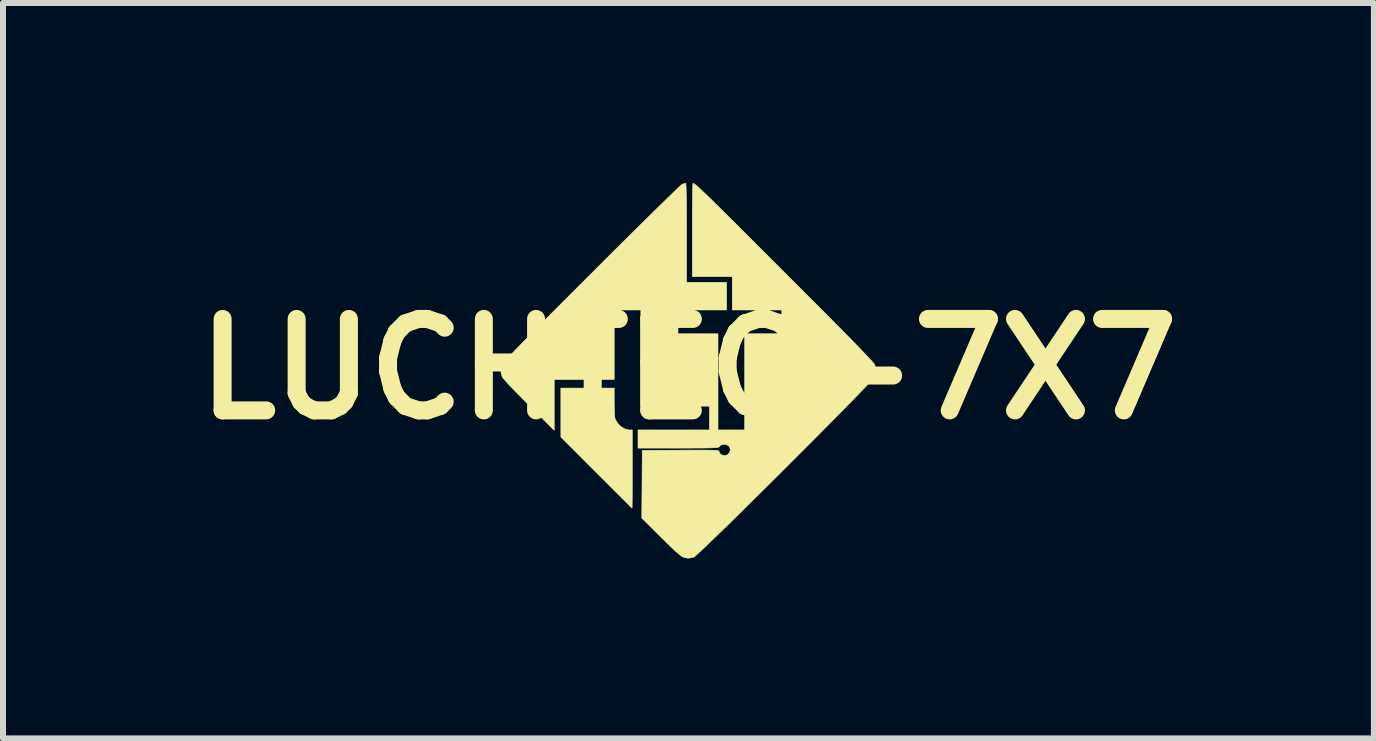
<source format=kicad_pcb>
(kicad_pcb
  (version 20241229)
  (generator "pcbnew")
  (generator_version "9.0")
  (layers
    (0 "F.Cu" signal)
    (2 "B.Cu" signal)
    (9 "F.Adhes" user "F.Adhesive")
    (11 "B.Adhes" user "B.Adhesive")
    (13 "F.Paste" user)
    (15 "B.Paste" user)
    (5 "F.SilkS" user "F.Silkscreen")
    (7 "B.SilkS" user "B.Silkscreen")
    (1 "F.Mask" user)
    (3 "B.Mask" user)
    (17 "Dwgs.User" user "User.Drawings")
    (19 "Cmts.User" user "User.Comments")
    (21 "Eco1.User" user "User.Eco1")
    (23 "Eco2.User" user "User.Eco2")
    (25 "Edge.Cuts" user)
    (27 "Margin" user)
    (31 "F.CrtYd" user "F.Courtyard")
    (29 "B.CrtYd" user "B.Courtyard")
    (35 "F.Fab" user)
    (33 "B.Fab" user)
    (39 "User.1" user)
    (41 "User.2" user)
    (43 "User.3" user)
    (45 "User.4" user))
  (footprint "LUCHTEC-7X7"
    (layer "F.Cu")
    (at 8.426 3.101)
    (property "Reference" "LUCHTEC-7X7" (at 0 0 0) (layer "F.SilkS") (effects (font (size 1.524 1.524) (thickness 0.3))))
    (attr through_hole)
    (fp_poly (pts (xy -1.238 0.555) (xy -1.237 0.642) (xy -1.234 0.721) (xy -1.23 0.785) (xy -1.224 0.827) (xy -1.221 0.836) (xy -1.183 0.903) (xy -1.126 0.96) (xy -1.059 0.999) (xy -0.991 1.016) (xy -0.985 1.016) (xy -0.937 1.016) (xy -0.937 1.667) (xy -0.937 1.807) (xy -0.937 1.937) (xy -0.937 2.053) (xy -0.938 2.152) (xy -0.939 2.231) (xy -0.939 2.286) (xy -0.94 2.315) (xy -0.941 2.318) (xy -0.952 2.307) (xy -0.984 2.275) (xy -1.034 2.226) (xy -1.101 2.16) (xy -1.181 2.08) (xy -1.274 1.988) (xy -1.376 1.885) (xy -1.487 1.775) (xy -1.536 1.726) (xy -2.127 1.134) (xy -2.127 0.726) (xy -2.127 0.318) (xy -1.238 0.318) (xy -1.238 0.555)) (stroke (width 0.01) (type solid)) (fill yes) (layer "F.SilkS"))
    (fp_poly (pts (xy -0.043 -3.08) (xy -0.04 -3.035) (xy -0.038 -2.961) (xy -0.036 -2.861) (xy -0.034 -2.737) (xy -0.033 -2.59) (xy -0.032 -2.423) (xy -0.032 -2.27) (xy -0.032 -1.445) (xy 0.635 -1.445) (xy 0.635 -0.984) (xy -0.175 -0.984) (xy -0.175 -0.587) (xy 0.492 -0.587) (xy 0.492 1.016) (xy 0.937 1.016) (xy 0.937 -0.587) (xy 1.556 -0.587) (xy 1.556 -0.984) (xy 0.73 -0.984) (xy 0.73 -1.54) (xy 0.064 -1.54) (xy 0.064 -2.318) (xy 0.064 -2.472) (xy 0.064 -2.615) (xy 0.066 -2.746) (xy 0.067 -2.86) (xy 0.069 -2.955) (xy 0.071 -3.028) (xy 0.073 -3.076) (xy 0.076 -3.095) (xy 0.076 -3.096) (xy 0.084 -3.094) (xy 0.095 -3.087) (xy 0.112 -3.075) (xy 0.134 -3.057) (xy 0.164 -3.03) (xy 0.203 -2.995) (xy 0.25 -2.95) (xy 0.309 -2.894) (xy 0.379 -2.826) (xy 0.462 -2.744) (xy 0.559 -2.649) (xy 0.671 -2.538) (xy 0.799 -2.411) (xy 0.944 -2.266) (xy 1.108 -2.102) (xy 1.291 -1.919) (xy 1.495 -1.716) (xy 1.634 -1.576) (xy 1.876 -1.334) (xy 2.096 -1.114) (xy 2.293 -0.916) (xy 2.468 -0.739) (xy 2.622 -0.583) (xy 2.754 -0.449) (xy 2.864 -0.335) (xy 2.953 -0.242) (xy 3.022 -0.169) (xy 3.069 -0.117) (xy 3.097 -0.084) (xy 3.103 -0.074) (xy 3.125 0.002) (xy 3.119 0.075) (xy 3.097 0.135) (xy 3.081 0.156) (xy 3.045 0.197) (xy 2.989 0.257) (xy 2.915 0.335) (xy 2.826 0.427) (xy 2.722 0.534) (xy 2.606 0.653) (xy 2.478 0.783) (xy 2.341 0.921) (xy 2.196 1.068) (xy 2.045 1.22) (xy 1.889 1.376) (xy 1.73 1.535) (xy 1.57 1.695) (xy 1.41 1.854) (xy 1.252 2.011) (xy 1.097 2.164) (xy 0.948 2.312) (xy 0.805 2.453) (xy 0.67 2.585) (xy 0.545 2.707) (xy 0.432 2.816) (xy 0.332 2.913) (xy 0.247 2.994) (xy 0.178 3.058) (xy 0.127 3.104) (xy 0.096 3.13) (xy 0.087 3.136) (xy 0.045 3.145) (xy 0.016 3.151) (xy -0.016 3.153) (xy -0.024 3.151) (xy -0.05 3.144) (xy -0.086 3.136) (xy -0.112 3.123) (xy -0.153 3.091) (xy -0.213 3.039) (xy -0.29 2.967) (xy -0.388 2.872) (xy -0.456 2.805) (xy -0.778 2.485) (xy -0.77 1.357) (xy -0.131 1.353) (xy 0.031 1.352) (xy 0.163 1.352) (xy 0.269 1.352) (xy 0.352 1.353) (xy 0.414 1.355) (xy 0.458 1.357) (xy 0.486 1.36) (xy 0.502 1.365) (xy 0.508 1.37) (xy 0.508 1.372) (xy 0.522 1.408) (xy 0.558 1.434) (xy 0.603 1.445) (xy 0.65 1.431) (xy 0.682 1.398) (xy 0.697 1.354) (xy 0.69 1.309) (xy 0.669 1.28) (xy 0.628 1.259) (xy 0.58 1.255) (xy 0.537 1.269) (xy 0.52 1.286) (xy 0.514 1.294) (xy 0.506 1.3) (xy 0.492 1.305) (xy 0.469 1.309) (xy 0.434 1.312) (xy 0.385 1.314) (xy 0.319 1.316) (xy 0.233 1.317) (xy 0.123 1.317) (xy -0.013 1.318) (xy -0.171 1.318) (xy -0.841 1.318) (xy -0.841 1.016) (xy 0.349 1.016) (xy 0.349 0.619) (xy -0.794 0.619) (xy -0.794 -0.984) (xy -1.238 -0.984) (xy -1.238 0.175) (xy -2.238 0.175) (xy -2.238 1.022) (xy -2.659 0.602) (xy -2.755 0.506) (xy -2.845 0.414) (xy -2.926 0.331) (xy -2.995 0.258) (xy -3.049 0.199) (xy -3.086 0.156) (xy -3.103 0.133) (xy -3.104 0.133) (xy -3.126 0.05) (xy -3.119 -0.034) (xy -3.086 -0.105) (xy -3.068 -0.126) (xy -3.03 -0.167) (xy -2.972 -0.227) (xy -2.897 -0.304) (xy -2.807 -0.397) (xy -2.702 -0.504) (xy -2.585 -0.622) (xy -2.457 -0.752) (xy -2.32 -0.89) (xy -2.175 -1.036) (xy -2.024 -1.187) (xy -1.868 -1.343) (xy -1.71 -1.501) (xy -1.55 -1.66) (xy -1.392 -1.819) (xy -1.235 -1.975) (xy -1.082 -2.127) (xy -0.934 -2.273) (xy -0.793 -2.413) (xy -0.661 -2.543) (xy -0.539 -2.663) (xy -0.428 -2.772) (xy -0.331 -2.866) (xy -0.25 -2.945) (xy -0.184 -3.008) (xy -0.138 -3.051) (xy -0.111 -3.075) (xy -0.105 -3.079) (xy -0.069 -3.091) (xy -0.047 -3.096) (xy -0.043 -3.08)) (stroke (width 0.01) (type solid)) (fill yes) (layer "F.SilkS")))
  (gr_rect
    (start -3 -3)
    (end 19.851 9.258)
    (stroke (width 0.1) (type default))
    (fill no)
    (layer "Edge.Cuts")))
</source>
